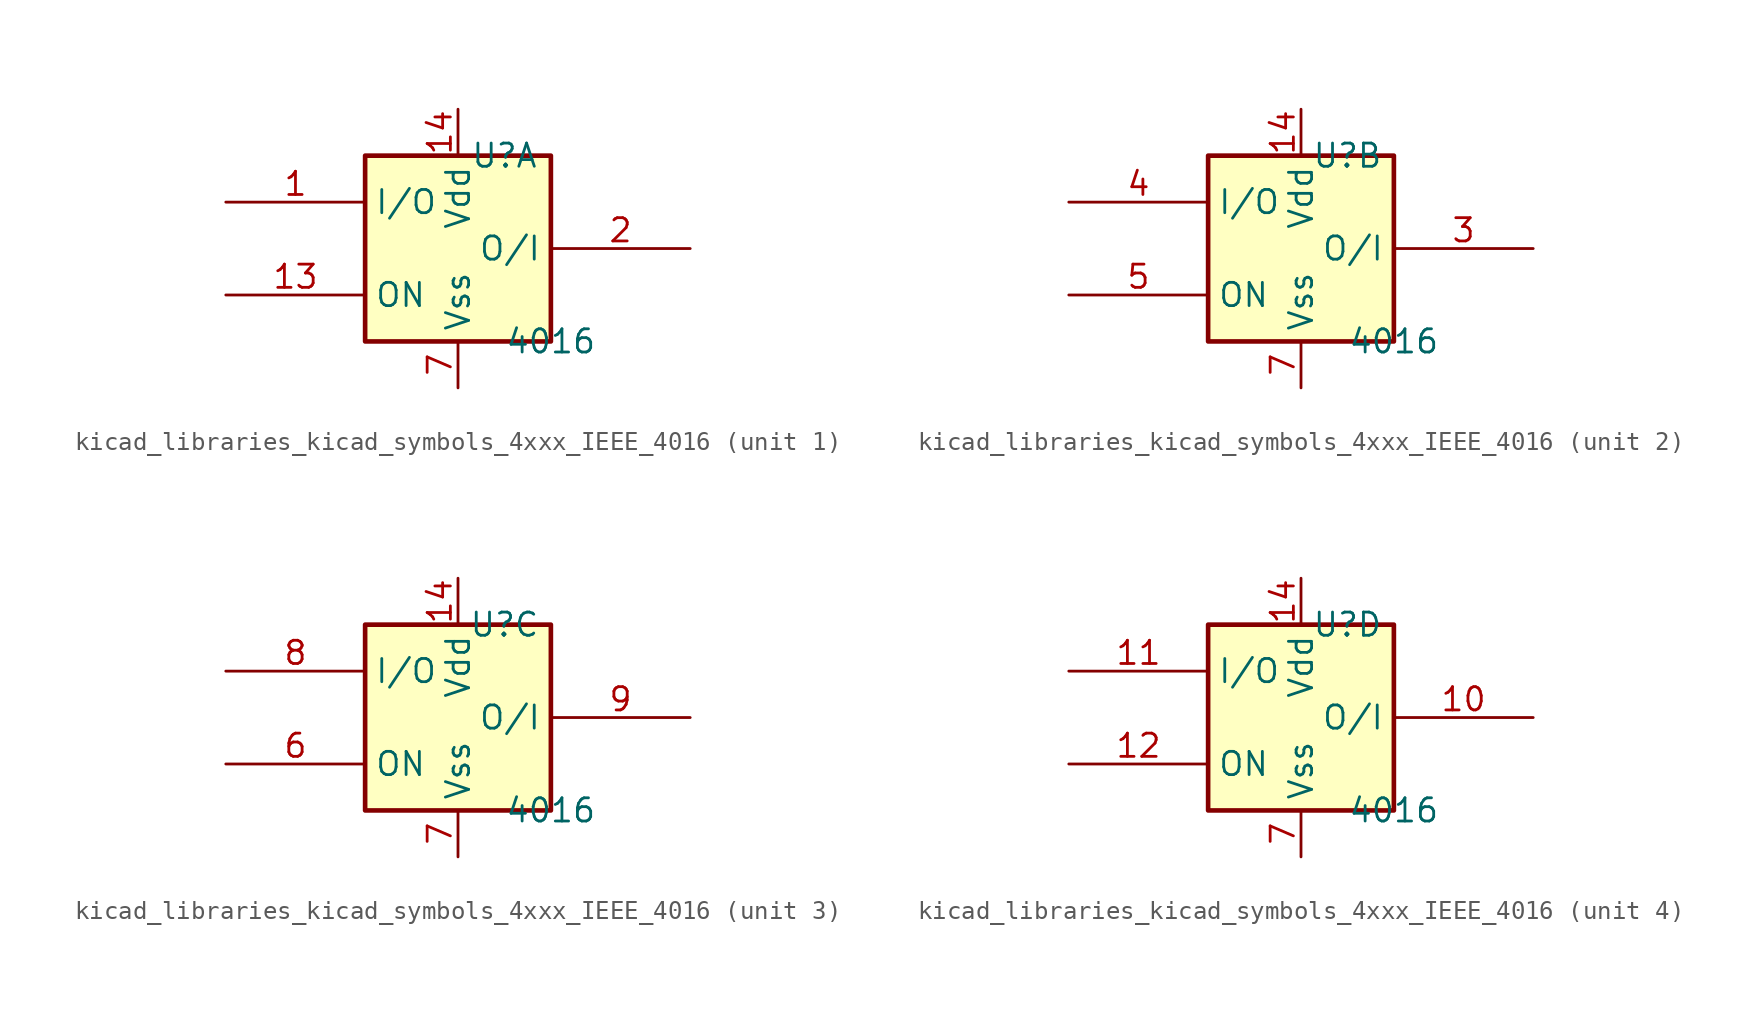
<source format=kicad_sym>
(kicad_symbol_lib
  (version 20220914)
  (generator kicad_symbol_editor)
  (symbol "kicad_libraries_kicad_symbols_4xxx_IEEE_4016"
    (property "Reference" "U"
      (at 2.54 5.08 0)
      (effects (font (size 1.27 1.27))))
    (property "Value" "4016"
      (at 5.08 -5.08 0)
      (effects (font (size 1.27 1.27))))
    (symbol "kicad_libraries_kicad_symbols_4xxx_IEEE_4016_0_1"
      (rectangle (start -5.08 5.08) (end 5.08 -5.08) (stroke (width 0.254) (type default)) (fill (type background)))
      (pin power_in line (at 0 7.62 270) (length 2.54) (name "Vdd" (effects (font (size 1.27 1.27)))) (number "14" (effects (font (size 1.27 1.27)))))
      (pin power_in line (at 0 -7.62 90) (length 2.54) (name "Vss" (effects (font (size 1.27 1.27)))) (number "7" (effects (font (size 1.27 1.27))))))
    (symbol "kicad_libraries_kicad_symbols_4xxx_IEEE_4016_1_1"
      (pin passive line (at -12.7 2.54 0) (length 7.62) (name "I/O" (effects (font (size 1.27 1.27)))) (number "1" (effects (font (size 1.27 1.27)))))
      (pin input line (at -12.7 -2.54 0) (length 7.62) (name "ON" (effects (font (size 1.27 1.27)))) (number "13" (effects (font (size 1.27 1.27)))))
      (pin passive line (at 12.7 0 180) (length 7.62) (name "O/I" (effects (font (size 1.27 1.27)))) (number "2" (effects (font (size 1.27 1.27))))))
    (symbol "kicad_libraries_kicad_symbols_4xxx_IEEE_4016_2_1"
      (pin passive line (at 12.7 0 180) (length 7.62) (name "O/I" (effects (font (size 1.27 1.27)))) (number "3" (effects (font (size 1.27 1.27)))))
      (pin passive line (at -12.7 2.54 0) (length 7.62) (name "I/O" (effects (font (size 1.27 1.27)))) (number "4" (effects (font (size 1.27 1.27)))))
      (pin input line (at -12.7 -2.54 0) (length 7.62) (name "ON" (effects (font (size 1.27 1.27)))) (number "5" (effects (font (size 1.27 1.27))))))
    (symbol "kicad_libraries_kicad_symbols_4xxx_IEEE_4016_3_1"
      (pin input line (at -12.7 -2.54 0) (length 7.62) (name "ON" (effects (font (size 1.27 1.27)))) (number "6" (effects (font (size 1.27 1.27)))))
      (pin passive line (at -12.7 2.54 0) (length 7.62) (name "I/O" (effects (font (size 1.27 1.27)))) (number "8" (effects (font (size 1.27 1.27)))))
      (pin passive line (at 12.7 0 180) (length 7.62) (name "O/I" (effects (font (size 1.27 1.27)))) (number "9" (effects (font (size 1.27 1.27))))))
    (symbol "kicad_libraries_kicad_symbols_4xxx_IEEE_4016_4_1"
      (pin passive line (at 12.7 0 180) (length 7.62) (name "O/I" (effects (font (size 1.27 1.27)))) (number "10" (effects (font (size 1.27 1.27)))))
      (pin passive line (at -12.7 2.54 0) (length 7.62) (name "I/O" (effects (font (size 1.27 1.27)))) (number "11" (effects (font (size 1.27 1.27)))))
      (pin input line (at -12.7 -2.54 0) (length 7.62) (name "ON" (effects (font (size 1.27 1.27)))) (number "12" (effects (font (size 1.27 1.27))))))))
</source>
